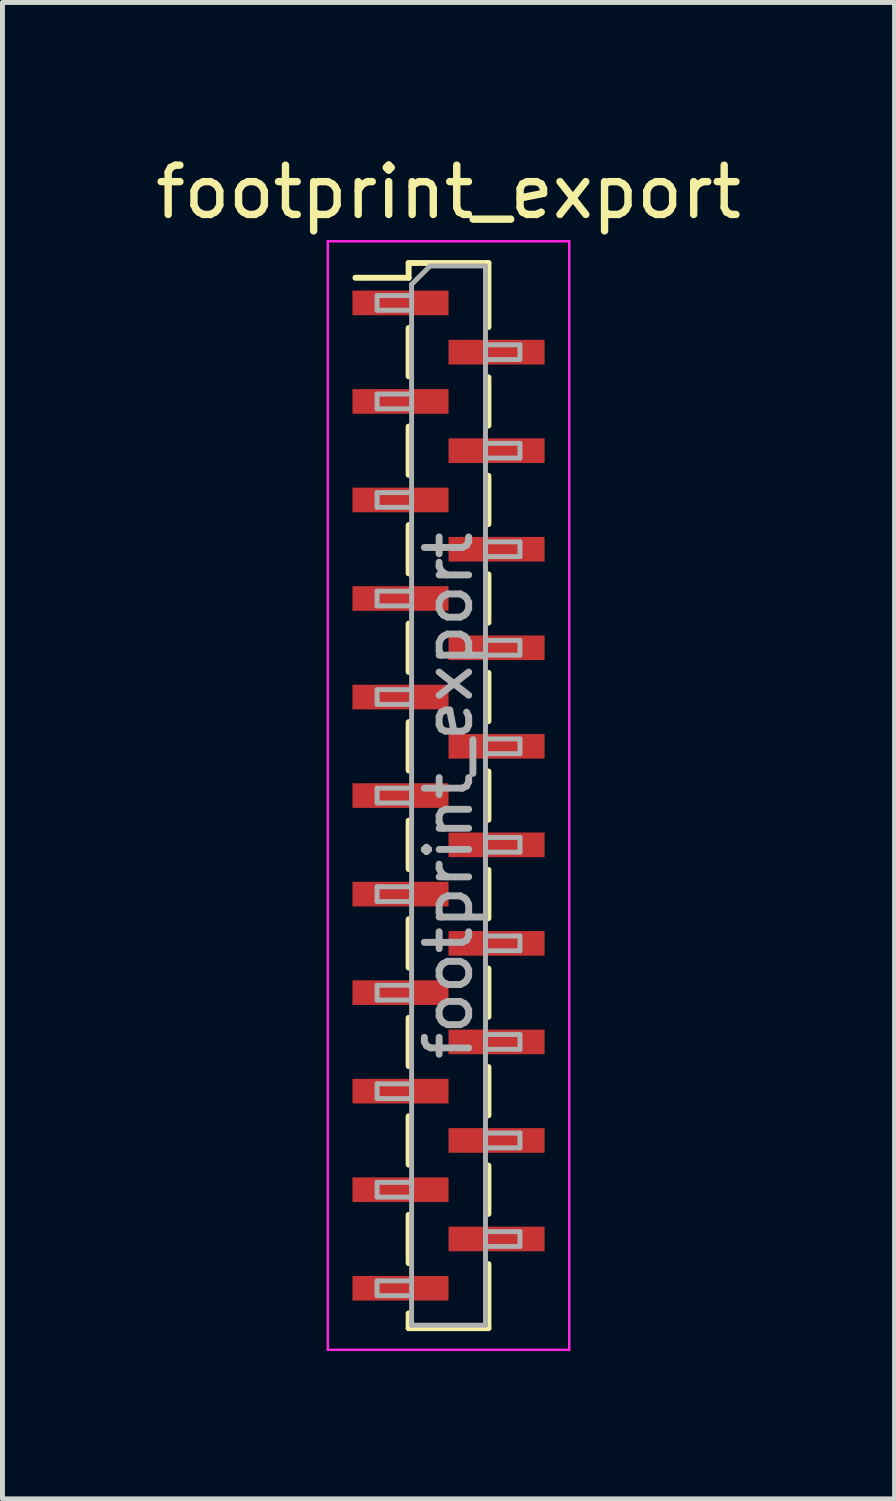
<source format=kicad_pcb>
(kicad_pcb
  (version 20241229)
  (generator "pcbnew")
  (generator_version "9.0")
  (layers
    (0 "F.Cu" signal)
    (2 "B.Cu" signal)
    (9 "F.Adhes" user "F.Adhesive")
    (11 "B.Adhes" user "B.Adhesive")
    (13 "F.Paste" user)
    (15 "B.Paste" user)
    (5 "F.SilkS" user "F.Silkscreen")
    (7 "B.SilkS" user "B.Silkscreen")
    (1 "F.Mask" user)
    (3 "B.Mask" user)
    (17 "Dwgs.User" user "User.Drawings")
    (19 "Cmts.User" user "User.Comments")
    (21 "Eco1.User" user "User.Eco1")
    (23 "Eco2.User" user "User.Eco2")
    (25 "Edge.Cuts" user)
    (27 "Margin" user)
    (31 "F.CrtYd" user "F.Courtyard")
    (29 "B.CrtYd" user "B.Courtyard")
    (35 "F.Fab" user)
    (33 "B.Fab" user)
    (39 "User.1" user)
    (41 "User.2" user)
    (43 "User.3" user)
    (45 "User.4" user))
  (footprint "footprint_export"
    (layer "F.Cu")
    (at 6.054 13.098)
    (property "Reference" "footprint_export" (at 0 -12.25 0) (layer "F.SilkS") (effects (font (size 1 1) (thickness 0.15))))
    (attr smd)
    (fp_line (start -1.89 -10.51) (end -0.81 -10.51) (stroke (width 0.12) (type solid)) (layer "F.SilkS"))
    (fp_line (start -0.81 -10.81) (end -0.81 -10.51) (stroke (width 0.12) (type solid)) (layer "F.SilkS"))
    (fp_line (start -0.81 -10.81) (end 0.81 -10.81) (stroke (width 0.12) (type solid)) (layer "F.SilkS"))
    (fp_line (start -0.81 -9.49) (end -0.81 -8.51) (stroke (width 0.12) (type solid)) (layer "F.SilkS"))
    (fp_line (start -0.81 -7.49) (end -0.81 -6.51) (stroke (width 0.12) (type solid)) (layer "F.SilkS"))
    (fp_line (start -0.81 -5.49) (end -0.81 -4.51) (stroke (width 0.12) (type solid)) (layer "F.SilkS"))
    (fp_line (start -0.81 -3.49) (end -0.81 -2.51) (stroke (width 0.12) (type solid)) (layer "F.SilkS"))
    (fp_line (start -0.81 -1.49) (end -0.81 -0.51) (stroke (width 0.12) (type solid)) (layer "F.SilkS"))
    (fp_line (start -0.81 0.51) (end -0.81 1.49) (stroke (width 0.12) (type solid)) (layer "F.SilkS"))
    (fp_line (start -0.81 2.51) (end -0.81 3.49) (stroke (width 0.12) (type solid)) (layer "F.SilkS"))
    (fp_line (start -0.81 4.51) (end -0.81 5.49) (stroke (width 0.12) (type solid)) (layer "F.SilkS"))
    (fp_line (start -0.81 6.51) (end -0.81 7.49) (stroke (width 0.12) (type solid)) (layer "F.SilkS"))
    (fp_line (start -0.81 8.51) (end -0.81 9.49) (stroke (width 0.12) (type solid)) (layer "F.SilkS"))
    (fp_line (start -0.81 10.51) (end -0.81 10.81) (stroke (width 0.12) (type solid)) (layer "F.SilkS"))
    (fp_line (start -0.81 10.81) (end 0.81 10.81) (stroke (width 0.12) (type solid)) (layer "F.SilkS"))
    (fp_line (start 0.81 -10.81) (end 0.81 -9.51) (stroke (width 0.12) (type solid)) (layer "F.SilkS"))
    (fp_line (start 0.81 -8.49) (end 0.81 -7.51) (stroke (width 0.12) (type solid)) (layer "F.SilkS"))
    (fp_line (start 0.81 -6.49) (end 0.81 -5.51) (stroke (width 0.12) (type solid)) (layer "F.SilkS"))
    (fp_line (start 0.81 -4.49) (end 0.81 -3.51) (stroke (width 0.12) (type solid)) (layer "F.SilkS"))
    (fp_line (start 0.81 -2.49) (end 0.81 -1.51) (stroke (width 0.12) (type solid)) (layer "F.SilkS"))
    (fp_line (start 0.81 -0.49) (end 0.81 0.49) (stroke (width 0.12) (type solid)) (layer "F.SilkS"))
    (fp_line (start 0.81 1.51) (end 0.81 2.49) (stroke (width 0.12) (type solid)) (layer "F.SilkS"))
    (fp_line (start 0.81 3.51) (end 0.81 4.49) (stroke (width 0.12) (type solid)) (layer "F.SilkS"))
    (fp_line (start 0.81 5.51) (end 0.81 6.49) (stroke (width 0.12) (type solid)) (layer "F.SilkS"))
    (fp_line (start 0.81 7.51) (end 0.81 8.49) (stroke (width 0.12) (type solid)) (layer "F.SilkS"))
    (fp_line (start 0.81 9.51) (end 0.81 10.81) (stroke (width 0.12) (type solid)) (layer "F.SilkS"))
    (fp_line (start -2.45 -11.25) (end 2.45 -11.25) (stroke (width 0.05) (type solid)) (layer "F.CrtYd"))
    (fp_line (start -2.45 11.25) (end -2.45 -11.25) (stroke (width 0.05) (type solid)) (layer "F.CrtYd"))
    (fp_line (start 2.45 -11.25) (end 2.45 11.25) (stroke (width 0.05) (type solid)) (layer "F.CrtYd"))
    (fp_line (start 2.45 11.25) (end -2.45 11.25) (stroke (width 0.05) (type solid)) (layer "F.CrtYd"))
    (fp_line (start -1.45 -10.15) (end -0.75 -10.15) (stroke (width 0.1) (type solid)) (layer "F.Fab"))
    (fp_line (start -1.45 -9.85) (end -1.45 -10.15) (stroke (width 0.1) (type solid)) (layer "F.Fab"))
    (fp_line (start -1.45 -8.15) (end -0.75 -8.15) (stroke (width 0.1) (type solid)) (layer "F.Fab"))
    (fp_line (start -1.45 -7.85) (end -1.45 -8.15) (stroke (width 0.1) (type solid)) (layer "F.Fab"))
    (fp_line (start -1.45 -6.15) (end -0.75 -6.15) (stroke (width 0.1) (type solid)) (layer "F.Fab"))
    (fp_line (start -1.45 -5.85) (end -1.45 -6.15) (stroke (width 0.1) (type solid)) (layer "F.Fab"))
    (fp_line (start -1.45 -4.15) (end -0.75 -4.15) (stroke (width 0.1) (type solid)) (layer "F.Fab"))
    (fp_line (start -1.45 -3.85) (end -1.45 -4.15) (stroke (width 0.1) (type solid)) (layer "F.Fab"))
    (fp_line (start -1.45 -2.15) (end -0.75 -2.15) (stroke (width 0.1) (type solid)) (layer "F.Fab"))
    (fp_line (start -1.45 -1.85) (end -1.45 -2.15) (stroke (width 0.1) (type solid)) (layer "F.Fab"))
    (fp_line (start -1.45 -0.15) (end -0.75 -0.15) (stroke (width 0.1) (type solid)) (layer "F.Fab"))
    (fp_line (start -1.45 0.15) (end -1.45 -0.15) (stroke (width 0.1) (type solid)) (layer "F.Fab"))
    (fp_line (start -1.45 1.85) (end -0.75 1.85) (stroke (width 0.1) (type solid)) (layer "F.Fab"))
    (fp_line (start -1.45 2.15) (end -1.45 1.85) (stroke (width 0.1) (type solid)) (layer "F.Fab"))
    (fp_line (start -1.45 3.85) (end -0.75 3.85) (stroke (width 0.1) (type solid)) (layer "F.Fab"))
    (fp_line (start -1.45 4.15) (end -1.45 3.85) (stroke (width 0.1) (type solid)) (layer "F.Fab"))
    (fp_line (start -1.45 5.85) (end -0.75 5.85) (stroke (width 0.1) (type solid)) (layer "F.Fab"))
    (fp_line (start -1.45 6.15) (end -1.45 5.85) (stroke (width 0.1) (type solid)) (layer "F.Fab"))
    (fp_line (start -1.45 7.85) (end -0.75 7.85) (stroke (width 0.1) (type solid)) (layer "F.Fab"))
    (fp_line (start -1.45 8.15) (end -1.45 7.85) (stroke (width 0.1) (type solid)) (layer "F.Fab"))
    (fp_line (start -1.45 9.85) (end -0.75 9.85) (stroke (width 0.1) (type solid)) (layer "F.Fab"))
    (fp_line (start -1.45 10.15) (end -1.45 9.85) (stroke (width 0.1) (type solid)) (layer "F.Fab"))
    (fp_line (start -0.75 -10.375) (end -0.375 -10.75) (stroke (width 0.1) (type solid)) (layer "F.Fab"))
    (fp_line (start -0.75 -9.85) (end -1.45 -9.85) (stroke (width 0.1) (type solid)) (layer "F.Fab"))
    (fp_line (start -0.75 -7.85) (end -1.45 -7.85) (stroke (width 0.1) (type solid)) (layer "F.Fab"))
    (fp_line (start -0.75 -5.85) (end -1.45 -5.85) (stroke (width 0.1) (type solid)) (layer "F.Fab"))
    (fp_line (start -0.75 -3.85) (end -1.45 -3.85) (stroke (width 0.1) (type solid)) (layer "F.Fab"))
    (fp_line (start -0.75 -1.85) (end -1.45 -1.85) (stroke (width 0.1) (type solid)) (layer "F.Fab"))
    (fp_line (start -0.75 0.15) (end -1.45 0.15) (stroke (width 0.1) (type solid)) (layer "F.Fab"))
    (fp_line (start -0.75 2.15) (end -1.45 2.15) (stroke (width 0.1) (type solid)) (layer "F.Fab"))
    (fp_line (start -0.75 4.15) (end -1.45 4.15) (stroke (width 0.1) (type solid)) (layer "F.Fab"))
    (fp_line (start -0.75 6.15) (end -1.45 6.15) (stroke (width 0.1) (type solid)) (layer "F.Fab"))
    (fp_line (start -0.75 8.15) (end -1.45 8.15) (stroke (width 0.1) (type solid)) (layer "F.Fab"))
    (fp_line (start -0.75 10.15) (end -1.45 10.15) (stroke (width 0.1) (type solid)) (layer "F.Fab"))
    (fp_line (start -0.75 10.75) (end -0.75 -10.375) (stroke (width 0.1) (type solid)) (layer "F.Fab"))
    (fp_line (start -0.375 -10.75) (end 0.75 -10.75) (stroke (width 0.1) (type solid)) (layer "F.Fab"))
    (fp_line (start 0.75 -10.75) (end 0.75 10.75) (stroke (width 0.1) (type solid)) (layer "F.Fab"))
    (fp_line (start 0.75 -9.15) (end 1.45 -9.15) (stroke (width 0.1) (type solid)) (layer "F.Fab"))
    (fp_line (start 0.75 -7.15) (end 1.45 -7.15) (stroke (width 0.1) (type solid)) (layer "F.Fab"))
    (fp_line (start 0.75 -5.15) (end 1.45 -5.15) (stroke (width 0.1) (type solid)) (layer "F.Fab"))
    (fp_line (start 0.75 -3.15) (end 1.45 -3.15) (stroke (width 0.1) (type solid)) (layer "F.Fab"))
    (fp_line (start 0.75 -1.15) (end 1.45 -1.15) (stroke (width 0.1) (type solid)) (layer "F.Fab"))
    (fp_line (start 0.75 0.85) (end 1.45 0.85) (stroke (width 0.1) (type solid)) (layer "F.Fab"))
    (fp_line (start 0.75 2.85) (end 1.45 2.85) (stroke (width 0.1) (type solid)) (layer "F.Fab"))
    (fp_line (start 0.75 4.85) (end 1.45 4.85) (stroke (width 0.1) (type solid)) (layer "F.Fab"))
    (fp_line (start 0.75 6.85) (end 1.45 6.85) (stroke (width 0.1) (type solid)) (layer "F.Fab"))
    (fp_line (start 0.75 8.85) (end 1.45 8.85) (stroke (width 0.1) (type solid)) (layer "F.Fab"))
    (fp_line (start 0.75 10.75) (end -0.75 10.75) (stroke (width 0.1) (type solid)) (layer "F.Fab"))
    (fp_line (start 1.45 -9.15) (end 1.45 -8.85) (stroke (width 0.1) (type solid)) (layer "F.Fab"))
    (fp_line (start 1.45 -8.85) (end 0.75 -8.85) (stroke (width 0.1) (type solid)) (layer "F.Fab"))
    (fp_line (start 1.45 -7.15) (end 1.45 -6.85) (stroke (width 0.1) (type solid)) (layer "F.Fab"))
    (fp_line (start 1.45 -6.85) (end 0.75 -6.85) (stroke (width 0.1) (type solid)) (layer "F.Fab"))
    (fp_line (start 1.45 -5.15) (end 1.45 -4.85) (stroke (width 0.1) (type solid)) (layer "F.Fab"))
    (fp_line (start 1.45 -4.85) (end 0.75 -4.85) (stroke (width 0.1) (type solid)) (layer "F.Fab"))
    (fp_line (start 1.45 -3.15) (end 1.45 -2.85) (stroke (width 0.1) (type solid)) (layer "F.Fab"))
    (fp_line (start 1.45 -2.85) (end 0.75 -2.85) (stroke (width 0.1) (type solid)) (layer "F.Fab"))
    (fp_line (start 1.45 -1.15) (end 1.45 -0.85) (stroke (width 0.1) (type solid)) (layer "F.Fab"))
    (fp_line (start 1.45 -0.85) (end 0.75 -0.85) (stroke (width 0.1) (type solid)) (layer "F.Fab"))
    (fp_line (start 1.45 0.85) (end 1.45 1.15) (stroke (width 0.1) (type solid)) (layer "F.Fab"))
    (fp_line (start 1.45 1.15) (end 0.75 1.15) (stroke (width 0.1) (type solid)) (layer "F.Fab"))
    (fp_line (start 1.45 2.85) (end 1.45 3.15) (stroke (width 0.1) (type solid)) (layer "F.Fab"))
    (fp_line (start 1.45 3.15) (end 0.75 3.15) (stroke (width 0.1) (type solid)) (layer "F.Fab"))
    (fp_line (start 1.45 4.85) (end 1.45 5.15) (stroke (width 0.1) (type solid)) (layer "F.Fab"))
    (fp_line (start 1.45 5.15) (end 0.75 5.15) (stroke (width 0.1) (type solid)) (layer "F.Fab"))
    (fp_line (start 1.45 6.85) (end 1.45 7.15) (stroke (width 0.1) (type solid)) (layer "F.Fab"))
    (fp_line (start 1.45 7.15) (end 0.75 7.15) (stroke (width 0.1) (type solid)) (layer "F.Fab"))
    (fp_line (start 1.45 8.85) (end 1.45 9.15) (stroke (width 0.1) (type solid)) (layer "F.Fab"))
    (fp_line (start 1.45 9.15) (end 0.75 9.15) (stroke (width 0.1) (type solid)) (layer "F.Fab"))
    (fp_text user "${REFERENCE}" (at 0 0 90) (layer "F.Fab") (effects (font (size 0.9 0.9) (thickness 0.14))))
    (pad "1" smd rect (at -0.975 -10) (size 1.95 0.5) (layers "F.Cu" "F.Mask" "F.Paste"))
    (pad "2" smd rect (at 0.975 -9) (size 1.95 0.5) (layers "F.Cu" "F.Mask" "F.Paste"))
    (pad "3" smd rect (at -0.975 -8) (size 1.95 0.5) (layers "F.Cu" "F.Mask" "F.Paste"))
    (pad "4" smd rect (at 0.975 -7) (size 1.95 0.5) (layers "F.Cu" "F.Mask" "F.Paste"))
    (pad "5" smd rect (at -0.975 -6) (size 1.95 0.5) (layers "F.Cu" "F.Mask" "F.Paste"))
    (pad "6" smd rect (at 0.975 -5) (size 1.95 0.5) (layers "F.Cu" "F.Mask" "F.Paste"))
    (pad "7" smd rect (at -0.975 -4) (size 1.95 0.5) (layers "F.Cu" "F.Mask" "F.Paste"))
    (pad "8" smd rect (at 0.975 -3) (size 1.95 0.5) (layers "F.Cu" "F.Mask" "F.Paste"))
    (pad "9" smd rect (at -0.975 -2) (size 1.95 0.5) (layers "F.Cu" "F.Mask" "F.Paste"))
    (pad "10" smd rect (at 0.975 -1) (size 1.95 0.5) (layers "F.Cu" "F.Mask" "F.Paste"))
    (pad "11" smd rect (at -0.975 0) (size 1.95 0.5) (layers "F.Cu" "F.Mask" "F.Paste"))
    (pad "12" smd rect (at 0.975 1) (size 1.95 0.5) (layers "F.Cu" "F.Mask" "F.Paste"))
    (pad "13" smd rect (at -0.975 2) (size 1.95 0.5) (layers "F.Cu" "F.Mask" "F.Paste"))
    (pad "14" smd rect (at 0.975 3) (size 1.95 0.5) (layers "F.Cu" "F.Mask" "F.Paste"))
    (pad "15" smd rect (at -0.975 4) (size 1.95 0.5) (layers "F.Cu" "F.Mask" "F.Paste"))
    (pad "16" smd rect (at 0.975 5) (size 1.95 0.5) (layers "F.Cu" "F.Mask" "F.Paste"))
    (pad "17" smd rect (at -0.975 6) (size 1.95 0.5) (layers "F.Cu" "F.Mask" "F.Paste"))
    (pad "18" smd rect (at 0.975 7) (size 1.95 0.5) (layers "F.Cu" "F.Mask" "F.Paste"))
    (pad "19" smd rect (at -0.975 8) (size 1.95 0.5) (layers "F.Cu" "F.Mask" "F.Paste"))
    (pad "20" smd rect (at 0.975 9) (size 1.95 0.5) (layers "F.Cu" "F.Mask" "F.Paste"))
    (pad "21" smd rect (at -0.975 10) (size 1.95 0.5) (layers "F.Cu" "F.Mask" "F.Paste")))
  (gr_rect
    (start -3 -3)
    (end 15.107 27.373)
    (stroke (width 0.1) (type default))
    (fill no)
    (layer "Edge.Cuts")))
</source>
